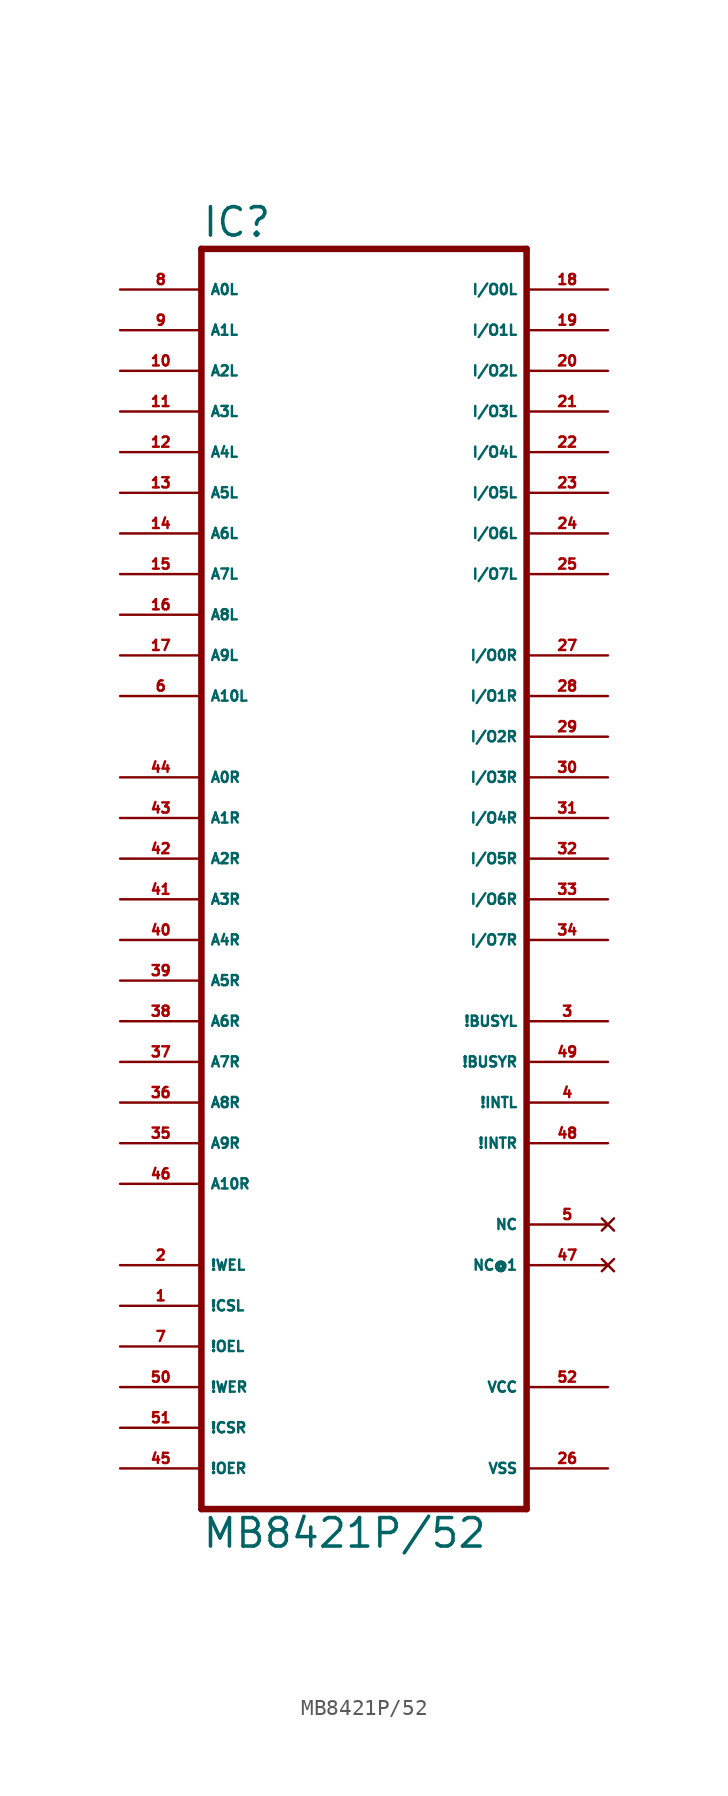
<source format=kicad_sym>
(kicad_symbol_lib
  (version 20220914)
  (generator Eagle2Kicad)
  (symbol "MB8421P/52"
    (property "Reference" "IC"
      (at -10.16 41.275 0)
      (effects (font (size 1.778 1.778) (thickness 0.22)) (justify left bottom)))
    (property "Value" "MB8421P/52"
      (at -10.16 -40.64 0)
      (effects (font (size 1.778 1.778) (thickness 0.22)) (justify left bottom)))
    (polyline
      (pts (xy -10.16 -38.1) (xy 10.16 -38.1))
      (stroke (width 0.406) (type default))
      (fill (type none)))
    (polyline
      (pts (xy 10.16 -38.1) (xy 10.16 40.64))
      (stroke (width 0.406) (type default))
      (fill (type none)))
    (polyline
      (pts (xy 10.16 40.64) (xy -10.16 40.64))
      (stroke (width 0.406) (type default))
      (fill (type none)))
    (polyline
      (pts (xy -10.16 40.64) (xy -10.16 -38.1))
      (stroke (width 0.406) (type default))
      (fill (type none)))
    (pin input line
      (at -15.24 38.1 0)
      (length 5.08)
      (name "A0L" (effects (font (size 0.635 0.635) (thickness 0.08)) (justify left bottom)))
      (number "8" (effects (font (size 0.635 0.635) (thickness 0.08)) (justify left bottom))))
    (pin input line
      (at -15.24 35.56 0)
      (length 5.08)
      (name "A1L" (effects (font (size 0.635 0.635) (thickness 0.08)) (justify left bottom)))
      (number "9" (effects (font (size 0.635 0.635) (thickness 0.08)) (justify left bottom))))
    (pin input line
      (at -15.24 33.02 0)
      (length 5.08)
      (name "A2L" (effects (font (size 0.635 0.635) (thickness 0.08)) (justify left bottom)))
      (number "10" (effects (font (size 0.635 0.635) (thickness 0.08)) (justify left bottom))))
    (pin input line
      (at -15.24 30.48 0)
      (length 5.08)
      (name "A3L" (effects (font (size 0.635 0.635) (thickness 0.08)) (justify left bottom)))
      (number "11" (effects (font (size 0.635 0.635) (thickness 0.08)) (justify left bottom))))
    (pin input line
      (at -15.24 27.94 0)
      (length 5.08)
      (name "A4L" (effects (font (size 0.635 0.635) (thickness 0.08)) (justify left bottom)))
      (number "12" (effects (font (size 0.635 0.635) (thickness 0.08)) (justify left bottom))))
    (pin input line
      (at -15.24 25.4 0)
      (length 5.08)
      (name "A5L" (effects (font (size 0.635 0.635) (thickness 0.08)) (justify left bottom)))
      (number "13" (effects (font (size 0.635 0.635) (thickness 0.08)) (justify left bottom))))
    (pin input line
      (at -15.24 22.86 0)
      (length 5.08)
      (name "A6L" (effects (font (size 0.635 0.635) (thickness 0.08)) (justify left bottom)))
      (number "14" (effects (font (size 0.635 0.635) (thickness 0.08)) (justify left bottom))))
    (pin input line
      (at -15.24 20.32 0)
      (length 5.08)
      (name "A7L" (effects (font (size 0.635 0.635) (thickness 0.08)) (justify left bottom)))
      (number "15" (effects (font (size 0.635 0.635) (thickness 0.08)) (justify left bottom))))
    (pin input line
      (at -15.24 17.78 0)
      (length 5.08)
      (name "A8L" (effects (font (size 0.635 0.635) (thickness 0.08)) (justify left bottom)))
      (number "16" (effects (font (size 0.635 0.635) (thickness 0.08)) (justify left bottom))))
    (pin input line
      (at -15.24 15.24 0)
      (length 5.08)
      (name "A9L" (effects (font (size 0.635 0.635) (thickness 0.08)) (justify left bottom)))
      (number "17" (effects (font (size 0.635 0.635) (thickness 0.08)) (justify left bottom))))
    (pin input line
      (at -15.24 12.7 0)
      (length 5.08)
      (name "A10L" (effects (font (size 0.635 0.635) (thickness 0.08)) (justify left bottom)))
      (number "6" (effects (font (size 0.635 0.635) (thickness 0.08)) (justify left bottom))))
    (pin input line
      (at -15.24 7.62 0)
      (length 5.08)
      (name "A0R" (effects (font (size 0.635 0.635) (thickness 0.08)) (justify left bottom)))
      (number "44" (effects (font (size 0.635 0.635) (thickness 0.08)) (justify left bottom))))
    (pin input line
      (at -15.24 5.08 0)
      (length 5.08)
      (name "A1R" (effects (font (size 0.635 0.635) (thickness 0.08)) (justify left bottom)))
      (number "43" (effects (font (size 0.635 0.635) (thickness 0.08)) (justify left bottom))))
    (pin input line
      (at -15.24 2.54 0)
      (length 5.08)
      (name "A2R" (effects (font (size 0.635 0.635) (thickness 0.08)) (justify left bottom)))
      (number "42" (effects (font (size 0.635 0.635) (thickness 0.08)) (justify left bottom))))
    (pin input line
      (at -15.24 0 0)
      (length 5.08)
      (name "A3R" (effects (font (size 0.635 0.635) (thickness 0.08)) (justify left bottom)))
      (number "41" (effects (font (size 0.635 0.635) (thickness 0.08)) (justify left bottom))))
    (pin input line
      (at -15.24 -2.54 0)
      (length 5.08)
      (name "A4R" (effects (font (size 0.635 0.635) (thickness 0.08)) (justify left bottom)))
      (number "40" (effects (font (size 0.635 0.635) (thickness 0.08)) (justify left bottom))))
    (pin input line
      (at -15.24 -5.08 0)
      (length 5.08)
      (name "A5R" (effects (font (size 0.635 0.635) (thickness 0.08)) (justify left bottom)))
      (number "39" (effects (font (size 0.635 0.635) (thickness 0.08)) (justify left bottom))))
    (pin input line
      (at -15.24 -7.62 0)
      (length 5.08)
      (name "A6R" (effects (font (size 0.635 0.635) (thickness 0.08)) (justify left bottom)))
      (number "38" (effects (font (size 0.635 0.635) (thickness 0.08)) (justify left bottom))))
    (pin input line
      (at -15.24 -10.16 0)
      (length 5.08)
      (name "A7R" (effects (font (size 0.635 0.635) (thickness 0.08)) (justify left bottom)))
      (number "37" (effects (font (size 0.635 0.635) (thickness 0.08)) (justify left bottom))))
    (pin input line
      (at -15.24 -12.7 0)
      (length 5.08)
      (name "A8R" (effects (font (size 0.635 0.635) (thickness 0.08)) (justify left bottom)))
      (number "36" (effects (font (size 0.635 0.635) (thickness 0.08)) (justify left bottom))))
    (pin input line
      (at -15.24 -15.24 0)
      (length 5.08)
      (name "A9R" (effects (font (size 0.635 0.635) (thickness 0.08)) (justify left bottom)))
      (number "35" (effects (font (size 0.635 0.635) (thickness 0.08)) (justify left bottom))))
    (pin input line
      (at -15.24 -17.78 0)
      (length 5.08)
      (name "A10R" (effects (font (size 0.635 0.635) (thickness 0.08)) (justify left bottom)))
      (number "46" (effects (font (size 0.635 0.635) (thickness 0.08)) (justify left bottom))))
    (pin input line
      (at -15.24 -22.86 0)
      (length 5.08)
      (name "!WEL" (effects (font (size 0.635 0.635) (thickness 0.08)) (justify left bottom)))
      (number "2" (effects (font (size 0.635 0.635) (thickness 0.08)) (justify left bottom))))
    (pin input line
      (at -15.24 -25.4 0)
      (length 5.08)
      (name "!CSL" (effects (font (size 0.635 0.635) (thickness 0.08)) (justify left bottom)))
      (number "1" (effects (font (size 0.635 0.635) (thickness 0.08)) (justify left bottom))))
    (pin input line
      (at -15.24 -27.94 0)
      (length 5.08)
      (name "!OEL" (effects (font (size 0.635 0.635) (thickness 0.08)) (justify left bottom)))
      (number "7" (effects (font (size 0.635 0.635) (thickness 0.08)) (justify left bottom))))
    (pin input line
      (at -15.24 -30.48 0)
      (length 5.08)
      (name "!WER" (effects (font (size 0.635 0.635) (thickness 0.08)) (justify left bottom)))
      (number "50" (effects (font (size 0.635 0.635) (thickness 0.08)) (justify left bottom))))
    (pin input line
      (at -15.24 -33.02 0)
      (length 5.08)
      (name "!CSR" (effects (font (size 0.635 0.635) (thickness 0.08)) (justify left bottom)))
      (number "51" (effects (font (size 0.635 0.635) (thickness 0.08)) (justify left bottom))))
    (pin input line
      (at -15.24 -35.56 0)
      (length 5.08)
      (name "!OER" (effects (font (size 0.635 0.635) (thickness 0.08)) (justify left bottom)))
      (number "45" (effects (font (size 0.635 0.635) (thickness 0.08)) (justify left bottom))))
    (pin bidirectional line
      (at 15.24 38.1 180)
      (length 5.08)
      (name "I/O0L" (effects (font (size 0.635 0.635) (thickness 0.08)) (justify left bottom)))
      (number "18" (effects (font (size 0.635 0.635) (thickness 0.08)) (justify left bottom))))
    (pin bidirectional line
      (at 15.24 35.56 180)
      (length 5.08)
      (name "I/O1L" (effects (font (size 0.635 0.635) (thickness 0.08)) (justify left bottom)))
      (number "19" (effects (font (size 0.635 0.635) (thickness 0.08)) (justify left bottom))))
    (pin bidirectional line
      (at 15.24 33.02 180)
      (length 5.08)
      (name "I/O2L" (effects (font (size 0.635 0.635) (thickness 0.08)) (justify left bottom)))
      (number "20" (effects (font (size 0.635 0.635) (thickness 0.08)) (justify left bottom))))
    (pin bidirectional line
      (at 15.24 30.48 180)
      (length 5.08)
      (name "I/O3L" (effects (font (size 0.635 0.635) (thickness 0.08)) (justify left bottom)))
      (number "21" (effects (font (size 0.635 0.635) (thickness 0.08)) (justify left bottom))))
    (pin bidirectional line
      (at 15.24 27.94 180)
      (length 5.08)
      (name "I/O4L" (effects (font (size 0.635 0.635) (thickness 0.08)) (justify left bottom)))
      (number "22" (effects (font (size 0.635 0.635) (thickness 0.08)) (justify left bottom))))
    (pin bidirectional line
      (at 15.24 25.4 180)
      (length 5.08)
      (name "I/O5L" (effects (font (size 0.635 0.635) (thickness 0.08)) (justify left bottom)))
      (number "23" (effects (font (size 0.635 0.635) (thickness 0.08)) (justify left bottom))))
    (pin bidirectional line
      (at 15.24 22.86 180)
      (length 5.08)
      (name "I/O6L" (effects (font (size 0.635 0.635) (thickness 0.08)) (justify left bottom)))
      (number "24" (effects (font (size 0.635 0.635) (thickness 0.08)) (justify left bottom))))
    (pin bidirectional line
      (at 15.24 20.32 180)
      (length 5.08)
      (name "I/O7L" (effects (font (size 0.635 0.635) (thickness 0.08)) (justify left bottom)))
      (number "25" (effects (font (size 0.635 0.635) (thickness 0.08)) (justify left bottom))))
    (pin bidirectional line
      (at 15.24 15.24 180)
      (length 5.08)
      (name "I/O0R" (effects (font (size 0.635 0.635) (thickness 0.08)) (justify left bottom)))
      (number "27" (effects (font (size 0.635 0.635) (thickness 0.08)) (justify left bottom))))
    (pin bidirectional line
      (at 15.24 12.7 180)
      (length 5.08)
      (name "I/O1R" (effects (font (size 0.635 0.635) (thickness 0.08)) (justify left bottom)))
      (number "28" (effects (font (size 0.635 0.635) (thickness 0.08)) (justify left bottom))))
    (pin bidirectional line
      (at 15.24 10.16 180)
      (length 5.08)
      (name "I/O2R" (effects (font (size 0.635 0.635) (thickness 0.08)) (justify left bottom)))
      (number "29" (effects (font (size 0.635 0.635) (thickness 0.08)) (justify left bottom))))
    (pin bidirectional line
      (at 15.24 7.62 180)
      (length 5.08)
      (name "I/O3R" (effects (font (size 0.635 0.635) (thickness 0.08)) (justify left bottom)))
      (number "30" (effects (font (size 0.635 0.635) (thickness 0.08)) (justify left bottom))))
    (pin bidirectional line
      (at 15.24 5.08 180)
      (length 5.08)
      (name "I/O4R" (effects (font (size 0.635 0.635) (thickness 0.08)) (justify left bottom)))
      (number "31" (effects (font (size 0.635 0.635) (thickness 0.08)) (justify left bottom))))
    (pin bidirectional line
      (at 15.24 2.54 180)
      (length 5.08)
      (name "I/O5R" (effects (font (size 0.635 0.635) (thickness 0.08)) (justify left bottom)))
      (number "32" (effects (font (size 0.635 0.635) (thickness 0.08)) (justify left bottom))))
    (pin bidirectional line
      (at 15.24 0 180)
      (length 5.08)
      (name "I/O6R" (effects (font (size 0.635 0.635) (thickness 0.08)) (justify left bottom)))
      (number "33" (effects (font (size 0.635 0.635) (thickness 0.08)) (justify left bottom))))
    (pin bidirectional line
      (at 15.24 -2.54 180)
      (length 5.08)
      (name "I/O7R" (effects (font (size 0.635 0.635) (thickness 0.08)) (justify left bottom)))
      (number "34" (effects (font (size 0.635 0.635) (thickness 0.08)) (justify left bottom))))
    (pin output line
      (at 15.24 -7.62 180)
      (length 5.08)
      (name "!BUSYL" (effects (font (size 0.635 0.635) (thickness 0.08)) (justify left bottom)))
      (number "3" (effects (font (size 0.635 0.635) (thickness 0.08)) (justify left bottom))))
    (pin output line
      (at 15.24 -10.16 180)
      (length 5.08)
      (name "!BUSYR" (effects (font (size 0.635 0.635) (thickness 0.08)) (justify left bottom)))
      (number "49" (effects (font (size 0.635 0.635) (thickness 0.08)) (justify left bottom))))
    (pin unspecified line
      (at 15.24 -35.56 180)
      (length 5.08)
      (name "VSS" (effects (font (size 0.635 0.635) (thickness 0.08)) (justify left bottom)))
      (number "26" (effects (font (size 0.635 0.635) (thickness 0.08)) (justify left bottom))))
    (pin unspecified line
      (at 15.24 -30.48 180)
      (length 5.08)
      (name "VCC" (effects (font (size 0.635 0.635) (thickness 0.08)) (justify left bottom)))
      (number "52" (effects (font (size 0.635 0.635) (thickness 0.08)) (justify left bottom))))
    (pin output line
      (at 15.24 -12.7 180)
      (length 5.08)
      (name "!INTL" (effects (font (size 0.635 0.635) (thickness 0.08)) (justify left bottom)))
      (number "4" (effects (font (size 0.635 0.635) (thickness 0.08)) (justify left bottom))))
    (pin output line
      (at 15.24 -15.24 180)
      (length 5.08)
      (name "!INTR" (effects (font (size 0.635 0.635) (thickness 0.08)) (justify left bottom)))
      (number "48" (effects (font (size 0.635 0.635) (thickness 0.08)) (justify left bottom))))
    (pin no_connect line
      (at 15.24 -20.32 180)
      (length 5.08)
      (name "NC" (effects (font (size 0.635 0.635) (thickness 0.08)) (justify left bottom) hide))
      (number "5" (effects (font (size 0.635 0.635) (thickness 0.08)) (justify left bottom) hide)))
    (pin no_connect line
      (at 15.24 -22.86 180)
      (length 5.08)
      (name "NC@1" (effects (font (size 0.635 0.635) (thickness 0.08)) (justify left bottom) hide))
      (number "47" (effects (font (size 0.635 0.635) (thickness 0.08)) (justify left bottom) hide)))))
</source>
